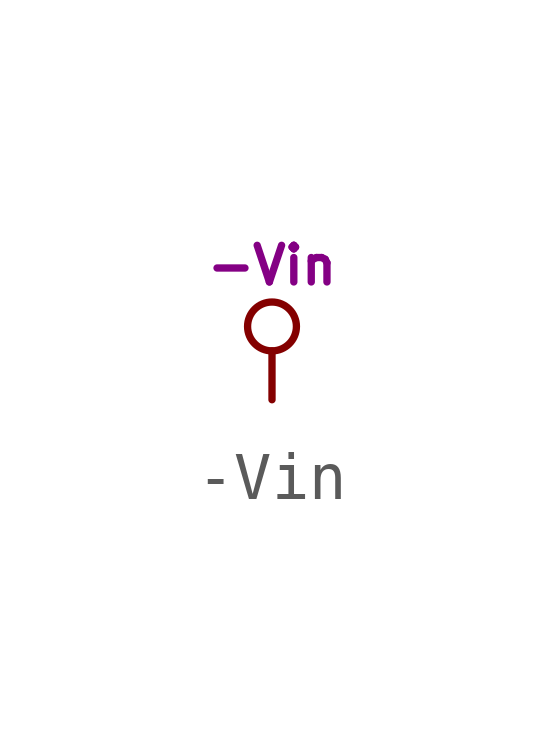
<source format=kicad_sym>
(kicad_symbol_lib
  (version 20211014)
  (generator kicad_symbol_editor)
  (symbol "-Vin"
    (power)
    (pin_numbers hide)
    (pin_names
      (offset 0))
    (property "Reference" "#PWR"
      (at 0 3.556 0)
      (effects (font (size 0.508 0.508)) hide))
    (property "Footprint" ""
      (at 0 0 0)
      (effects (font (size 1.524 1.524))))
    (property "Datasheet" ""
      (at 0 3.556 0)
      (effects (font (size 1.524 1.524))))
    (property "Unit" "-Vin"
      (at 0 2.794 0)
      (effects (font (size 0.762 0.762))))
    (symbol "-Vin_0_0"
      (polyline (pts (xy 0 0) (xy 0 1.016) (xy 0 1.016)) (stroke (width 0) (type default) (color 0 0 0 0)) (fill (type none)))
      (pin power_in line (at 0 0 90) (length 0) hide (name "-Vin" (effects (font (size 0.635 0.635)))) (number "1" (effects (font (size 0.635 0.635))))))
    (symbol "-Vin_0_1"
      (circle (center 0 1.524) (radius 0.508) (stroke (width 0) (type default) (color 0 0 0 0)) (fill (type none))))))
</source>
